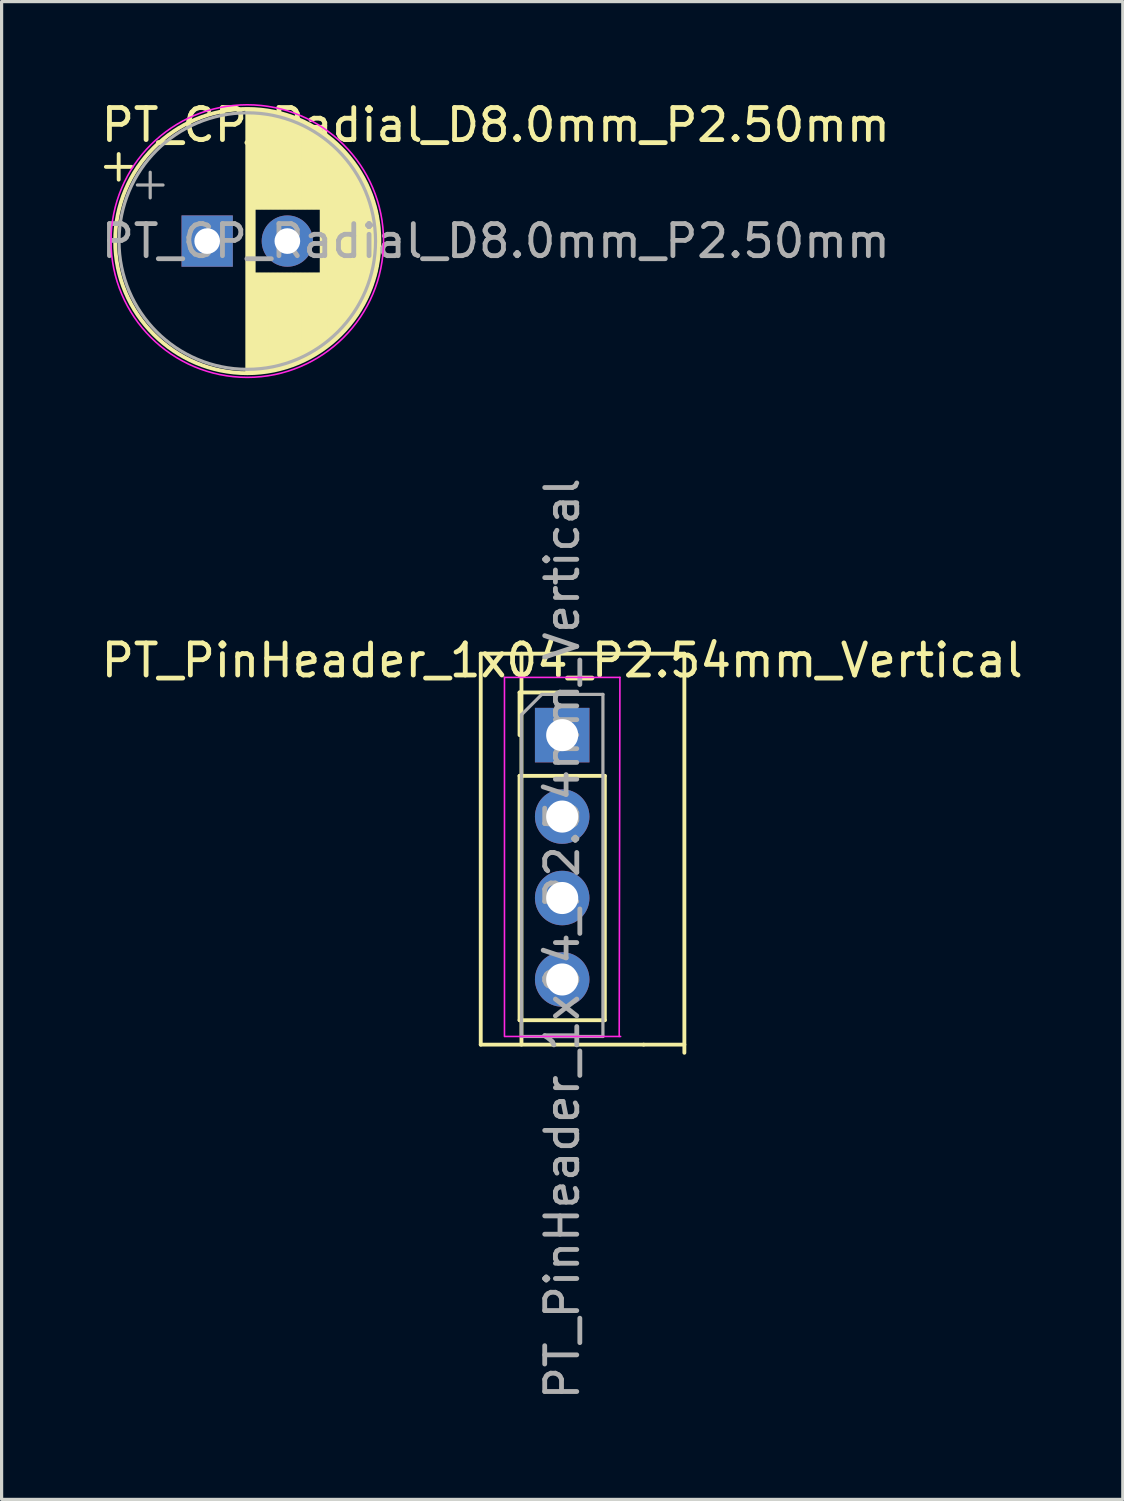
<source format=kicad_pcb>
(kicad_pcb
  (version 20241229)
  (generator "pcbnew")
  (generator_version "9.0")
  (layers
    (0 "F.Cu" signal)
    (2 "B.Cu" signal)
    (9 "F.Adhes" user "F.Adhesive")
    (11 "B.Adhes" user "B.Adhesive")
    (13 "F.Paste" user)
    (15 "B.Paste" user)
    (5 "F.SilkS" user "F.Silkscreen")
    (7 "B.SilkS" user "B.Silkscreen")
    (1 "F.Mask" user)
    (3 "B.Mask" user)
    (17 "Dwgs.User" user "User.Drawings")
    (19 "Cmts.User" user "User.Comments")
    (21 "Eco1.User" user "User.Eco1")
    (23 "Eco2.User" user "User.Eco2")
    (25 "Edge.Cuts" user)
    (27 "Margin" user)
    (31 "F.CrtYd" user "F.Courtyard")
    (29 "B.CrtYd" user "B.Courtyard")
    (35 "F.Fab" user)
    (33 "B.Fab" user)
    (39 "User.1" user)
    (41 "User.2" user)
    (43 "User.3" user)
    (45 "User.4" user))
  (footprint "PT_PinHeader_1x04_P2.54mm_Vertical"
    (layer "F.Cu")
    (at 14.482 19.875)
    (property "Reference" "PT_PinHeader_1x04_P2.54mm_Vertical" (at 0 -2.33 0) (layer "F.SilkS") (effects (font (size 1 1) (thickness 0.15))))
    (attr through_hole)
    (fp_line (start -2.54 -2.54) (end -2.54 9.652) (stroke (width 0.12) (type solid)) (layer "F.SilkS"))
    (fp_line (start -2.54 9.652) (end 2.54 9.652) (stroke (width 0.12) (type solid)) (layer "F.SilkS"))
    (fp_line (start -1.33 -1.33) (end 0 -1.33) (stroke (width 0.12) (type solid)) (layer "F.SilkS"))
    (fp_line (start -1.33 0) (end -1.33 -1.33) (stroke (width 0.12) (type solid)) (layer "F.SilkS"))
    (fp_line (start -1.33 1.27) (end -1.33 8.89) (stroke (width 0.12) (type solid)) (layer "F.SilkS"))
    (fp_line (start -1.33 1.27) (end 1.33 1.27) (stroke (width 0.12) (type solid)) (layer "F.SilkS"))
    (fp_line (start -1.33 8.89) (end 1.33 8.89) (stroke (width 0.12) (type solid)) (layer "F.SilkS"))
    (fp_line (start -1.27 -2.54) (end -1.27 9.652) (stroke (width 0.12) (type solid)) (layer "F.SilkS"))
    (fp_line (start 1.33 1.27) (end 1.33 8.89) (stroke (width 0.12) (type solid)) (layer "F.SilkS"))
    (fp_line (start 2.54 -2.54) (end -2.54 -2.54) (stroke (width 0.12) (type solid)) (layer "F.SilkS"))
    (fp_line (start 2.54 -2.54) (end 3.81 -2.54) (stroke (width 0.12) (type solid)) (layer "F.SilkS"))
    (fp_line (start 3.81 -2.54) (end 3.81 9.906) (stroke (width 0.12) (type solid)) (layer "F.SilkS"))
    (fp_line (start 3.81 9.652) (end 2.54 9.652) (stroke (width 0.12) (type solid)) (layer "F.SilkS"))
    (fp_line (start -1.8 -1.8) (end -1.8 9.398) (stroke (width 0.05) (type solid)) (layer "F.CrtYd"))
    (fp_line (start -1.778 9.398) (end 1.822 9.398) (stroke (width 0.05) (type solid)) (layer "F.CrtYd"))
    (fp_line (start 1.778 9.398) (end 1.8 -1.8) (stroke (width 0.05) (type solid)) (layer "F.CrtYd"))
    (fp_line (start 1.8 -1.8) (end -1.8 -1.8) (stroke (width 0.05) (type solid)) (layer "F.CrtYd"))
    (fp_line (start -1.27 -0.635) (end -0.635 -1.27) (stroke (width 0.1) (type solid)) (layer "F.Fab"))
    (fp_line (start -1.27 9.398) (end -1.27 -0.635) (stroke (width 0.1) (type solid)) (layer "F.Fab"))
    (fp_line (start -0.635 -1.27) (end 1.27 -1.27) (stroke (width 0.1) (type solid)) (layer "F.Fab"))
    (fp_line (start 1.27 -1.27) (end 1.27 9.398) (stroke (width 0.1) (type solid)) (layer "F.Fab"))
    (fp_line (start 1.27 9.398) (end -1.27 9.398) (stroke (width 0.1) (type solid)) (layer "F.Fab"))
    (fp_text user "${REFERENCE}" (at 0 6.35 270) (layer "F.Fab") (effects (font (size 1 1) (thickness 0.15))))
    (pad "1" thru_hole rect (at 0 0) (size 1.7 1.7) (drill 1) (layers "*.Cu" "*.Mask"))
    (pad "2" thru_hole oval (at 0 2.54) (size 1.7 1.7) (drill 1) (layers "*.Cu" "*.Mask"))
    (pad "3" thru_hole oval (at 0 5.08) (size 1.7 1.7) (drill 1) (layers "*.Cu" "*.Mask"))
    (pad "4" thru_hole oval (at 0 7.62) (size 1.7 1.7) (drill 1) (layers "*.Cu" "*.Mask")))
  (footprint "PT_CP_Radial_D8.0mm_P2.50mm"
    (layer "F.Cu")
    (at 3.411 4.468)
    (property "Reference" "PT_CP_Radial_D8.0mm_P2.50mm" (at 9 -3.62 0) (layer "F.SilkS") (effects (font (size 1 1) (thickness 0.15))))
    (attr through_hole)
    (fp_line (start -3.16 -2.315) (end -2.36 -2.315) (stroke (width 0.12) (type solid)) (layer "F.SilkS"))
    (fp_line (start -2.76 -2.715) (end -2.76 -1.915) (stroke (width 0.12) (type solid)) (layer "F.SilkS"))
    (fp_line (start 1.25 -4.08) (end 1.25 4.08) (stroke (width 0.12) (type solid)) (layer "F.SilkS"))
    (fp_line (start 1.29 -4.08) (end 1.29 4.08) (stroke (width 0.12) (type solid)) (layer "F.SilkS"))
    (fp_line (start 1.33 -4.08) (end 1.33 4.08) (stroke (width 0.12) (type solid)) (layer "F.SilkS"))
    (fp_line (start 1.37 -4.079) (end 1.37 4.079) (stroke (width 0.12) (type solid)) (layer "F.SilkS"))
    (fp_line (start 1.41 -4.077) (end 1.41 4.077) (stroke (width 0.12) (type solid)) (layer "F.SilkS"))
    (fp_line (start 1.45 -4.076) (end 1.45 4.076) (stroke (width 0.12) (type solid)) (layer "F.SilkS"))
    (fp_line (start 1.49 -4.074) (end 1.49 -1.04) (stroke (width 0.12) (type solid)) (layer "F.SilkS"))
    (fp_line (start 1.49 1.04) (end 1.49 4.074) (stroke (width 0.12) (type solid)) (layer "F.SilkS"))
    (fp_line (start 1.53 -4.071) (end 1.53 -1.04) (stroke (width 0.12) (type solid)) (layer "F.SilkS"))
    (fp_line (start 1.53 1.04) (end 1.53 4.071) (stroke (width 0.12) (type solid)) (layer "F.SilkS"))
    (fp_line (start 1.57 -4.068) (end 1.57 -1.04) (stroke (width 0.12) (type solid)) (layer "F.SilkS"))
    (fp_line (start 1.57 1.04) (end 1.57 4.068) (stroke (width 0.12) (type solid)) (layer "F.SilkS"))
    (fp_line (start 1.61 -4.065) (end 1.61 -1.04) (stroke (width 0.12) (type solid)) (layer "F.SilkS"))
    (fp_line (start 1.61 1.04) (end 1.61 4.065) (stroke (width 0.12) (type solid)) (layer "F.SilkS"))
    (fp_line (start 1.65 -4.061) (end 1.65 -1.04) (stroke (width 0.12) (type solid)) (layer "F.SilkS"))
    (fp_line (start 1.65 1.04) (end 1.65 4.061) (stroke (width 0.12) (type solid)) (layer "F.SilkS"))
    (fp_line (start 1.69 -4.057) (end 1.69 -1.04) (stroke (width 0.12) (type solid)) (layer "F.SilkS"))
    (fp_line (start 1.69 1.04) (end 1.69 4.057) (stroke (width 0.12) (type solid)) (layer "F.SilkS"))
    (fp_line (start 1.73 -4.052) (end 1.73 -1.04) (stroke (width 0.12) (type solid)) (layer "F.SilkS"))
    (fp_line (start 1.73 1.04) (end 1.73 4.052) (stroke (width 0.12) (type solid)) (layer "F.SilkS"))
    (fp_line (start 1.77 -4.048) (end 1.77 -1.04) (stroke (width 0.12) (type solid)) (layer "F.SilkS"))
    (fp_line (start 1.77 1.04) (end 1.77 4.048) (stroke (width 0.12) (type solid)) (layer "F.SilkS"))
    (fp_line (start 1.81 -4.042) (end 1.81 -1.04) (stroke (width 0.12) (type solid)) (layer "F.SilkS"))
    (fp_line (start 1.81 1.04) (end 1.81 4.042) (stroke (width 0.12) (type solid)) (layer "F.SilkS"))
    (fp_line (start 1.85 -4.037) (end 1.85 -1.04) (stroke (width 0.12) (type solid)) (layer "F.SilkS"))
    (fp_line (start 1.85 1.04) (end 1.85 4.037) (stroke (width 0.12) (type solid)) (layer "F.SilkS"))
    (fp_line (start 1.89 -4.03) (end 1.89 -1.04) (stroke (width 0.12) (type solid)) (layer "F.SilkS"))
    (fp_line (start 1.89 1.04) (end 1.89 4.03) (stroke (width 0.12) (type solid)) (layer "F.SilkS"))
    (fp_line (start 1.93 -4.024) (end 1.93 -1.04) (stroke (width 0.12) (type solid)) (layer "F.SilkS"))
    (fp_line (start 1.93 1.04) (end 1.93 4.024) (stroke (width 0.12) (type solid)) (layer "F.SilkS"))
    (fp_line (start 1.971 -4.017) (end 1.971 -1.04) (stroke (width 0.12) (type solid)) (layer "F.SilkS"))
    (fp_line (start 1.971 1.04) (end 1.971 4.017) (stroke (width 0.12) (type solid)) (layer "F.SilkS"))
    (fp_line (start 2.011 -4.01) (end 2.011 -1.04) (stroke (width 0.12) (type solid)) (layer "F.SilkS"))
    (fp_line (start 2.011 1.04) (end 2.011 4.01) (stroke (width 0.12) (type solid)) (layer "F.SilkS"))
    (fp_line (start 2.051 -4.002) (end 2.051 -1.04) (stroke (width 0.12) (type solid)) (layer "F.SilkS"))
    (fp_line (start 2.051 1.04) (end 2.051 4.002) (stroke (width 0.12) (type solid)) (layer "F.SilkS"))
    (fp_line (start 2.091 -3.994) (end 2.091 -1.04) (stroke (width 0.12) (type solid)) (layer "F.SilkS"))
    (fp_line (start 2.091 1.04) (end 2.091 3.994) (stroke (width 0.12) (type solid)) (layer "F.SilkS"))
    (fp_line (start 2.131 -3.985) (end 2.131 -1.04) (stroke (width 0.12) (type solid)) (layer "F.SilkS"))
    (fp_line (start 2.131 1.04) (end 2.131 3.985) (stroke (width 0.12) (type solid)) (layer "F.SilkS"))
    (fp_line (start 2.171 -3.976) (end 2.171 -1.04) (stroke (width 0.12) (type solid)) (layer "F.SilkS"))
    (fp_line (start 2.171 1.04) (end 2.171 3.976) (stroke (width 0.12) (type solid)) (layer "F.SilkS"))
    (fp_line (start 2.211 -3.967) (end 2.211 -1.04) (stroke (width 0.12) (type solid)) (layer "F.SilkS"))
    (fp_line (start 2.211 1.04) (end 2.211 3.967) (stroke (width 0.12) (type solid)) (layer "F.SilkS"))
    (fp_line (start 2.251 -3.957) (end 2.251 -1.04) (stroke (width 0.12) (type solid)) (layer "F.SilkS"))
    (fp_line (start 2.251 1.04) (end 2.251 3.957) (stroke (width 0.12) (type solid)) (layer "F.SilkS"))
    (fp_line (start 2.291 -3.947) (end 2.291 -1.04) (stroke (width 0.12) (type solid)) (layer "F.SilkS"))
    (fp_line (start 2.291 1.04) (end 2.291 3.947) (stroke (width 0.12) (type solid)) (layer "F.SilkS"))
    (fp_line (start 2.331 -3.936) (end 2.331 -1.04) (stroke (width 0.12) (type solid)) (layer "F.SilkS"))
    (fp_line (start 2.331 1.04) (end 2.331 3.936) (stroke (width 0.12) (type solid)) (layer "F.SilkS"))
    (fp_line (start 2.371 -3.925) (end 2.371 -1.04) (stroke (width 0.12) (type solid)) (layer "F.SilkS"))
    (fp_line (start 2.371 1.04) (end 2.371 3.925) (stroke (width 0.12) (type solid)) (layer "F.SilkS"))
    (fp_line (start 2.411 -3.914) (end 2.411 -1.04) (stroke (width 0.12) (type solid)) (layer "F.SilkS"))
    (fp_line (start 2.411 1.04) (end 2.411 3.914) (stroke (width 0.12) (type solid)) (layer "F.SilkS"))
    (fp_line (start 2.451 -3.902) (end 2.451 -1.04) (stroke (width 0.12) (type solid)) (layer "F.SilkS"))
    (fp_line (start 2.451 1.04) (end 2.451 3.902) (stroke (width 0.12) (type solid)) (layer "F.SilkS"))
    (fp_line (start 2.491 -3.889) (end 2.491 -1.04) (stroke (width 0.12) (type solid)) (layer "F.SilkS"))
    (fp_line (start 2.491 1.04) (end 2.491 3.889) (stroke (width 0.12) (type solid)) (layer "F.SilkS"))
    (fp_line (start 2.531 -3.877) (end 2.531 -1.04) (stroke (width 0.12) (type solid)) (layer "F.SilkS"))
    (fp_line (start 2.531 1.04) (end 2.531 3.877) (stroke (width 0.12) (type solid)) (layer "F.SilkS"))
    (fp_line (start 2.571 -3.863) (end 2.571 -1.04) (stroke (width 0.12) (type solid)) (layer "F.SilkS"))
    (fp_line (start 2.571 1.04) (end 2.571 3.863) (stroke (width 0.12) (type solid)) (layer "F.SilkS"))
    (fp_line (start 2.611 -3.85) (end 2.611 -1.04) (stroke (width 0.12) (type solid)) (layer "F.SilkS"))
    (fp_line (start 2.611 1.04) (end 2.611 3.85) (stroke (width 0.12) (type solid)) (layer "F.SilkS"))
    (fp_line (start 2.651 -3.835) (end 2.651 -1.04) (stroke (width 0.12) (type solid)) (layer "F.SilkS"))
    (fp_line (start 2.651 1.04) (end 2.651 3.835) (stroke (width 0.12) (type solid)) (layer "F.SilkS"))
    (fp_line (start 2.691 -3.821) (end 2.691 -1.04) (stroke (width 0.12) (type solid)) (layer "F.SilkS"))
    (fp_line (start 2.691 1.04) (end 2.691 3.821) (stroke (width 0.12) (type solid)) (layer "F.SilkS"))
    (fp_line (start 2.731 -3.805) (end 2.731 -1.04) (stroke (width 0.12) (type solid)) (layer "F.SilkS"))
    (fp_line (start 2.731 1.04) (end 2.731 3.805) (stroke (width 0.12) (type solid)) (layer "F.SilkS"))
    (fp_line (start 2.771 -3.79) (end 2.771 -1.04) (stroke (width 0.12) (type solid)) (layer "F.SilkS"))
    (fp_line (start 2.771 1.04) (end 2.771 3.79) (stroke (width 0.12) (type solid)) (layer "F.SilkS"))
    (fp_line (start 2.811 -3.774) (end 2.811 -1.04) (stroke (width 0.12) (type solid)) (layer "F.SilkS"))
    (fp_line (start 2.811 1.04) (end 2.811 3.774) (stroke (width 0.12) (type solid)) (layer "F.SilkS"))
    (fp_line (start 2.851 -3.757) (end 2.851 -1.04) (stroke (width 0.12) (type solid)) (layer "F.SilkS"))
    (fp_line (start 2.851 1.04) (end 2.851 3.757) (stroke (width 0.12) (type solid)) (layer "F.SilkS"))
    (fp_line (start 2.891 -3.74) (end 2.891 -1.04) (stroke (width 0.12) (type solid)) (layer "F.SilkS"))
    (fp_line (start 2.891 1.04) (end 2.891 3.74) (stroke (width 0.12) (type solid)) (layer "F.SilkS"))
    (fp_line (start 2.931 -3.722) (end 2.931 -1.04) (stroke (width 0.12) (type solid)) (layer "F.SilkS"))
    (fp_line (start 2.931 1.04) (end 2.931 3.722) (stroke (width 0.12) (type solid)) (layer "F.SilkS"))
    (fp_line (start 2.971 -3.704) (end 2.971 -1.04) (stroke (width 0.12) (type solid)) (layer "F.SilkS"))
    (fp_line (start 2.971 1.04) (end 2.971 3.704) (stroke (width 0.12) (type solid)) (layer "F.SilkS"))
    (fp_line (start 3.011 -3.686) (end 3.011 -1.04) (stroke (width 0.12) (type solid)) (layer "F.SilkS"))
    (fp_line (start 3.011 1.04) (end 3.011 3.686) (stroke (width 0.12) (type solid)) (layer "F.SilkS"))
    (fp_line (start 3.051 -3.666) (end 3.051 -1.04) (stroke (width 0.12) (type solid)) (layer "F.SilkS"))
    (fp_line (start 3.051 1.04) (end 3.051 3.666) (stroke (width 0.12) (type solid)) (layer "F.SilkS"))
    (fp_line (start 3.091 -3.647) (end 3.091 -1.04) (stroke (width 0.12) (type solid)) (layer "F.SilkS"))
    (fp_line (start 3.091 1.04) (end 3.091 3.647) (stroke (width 0.12) (type solid)) (layer "F.SilkS"))
    (fp_line (start 3.131 -3.627) (end 3.131 -1.04) (stroke (width 0.12) (type solid)) (layer "F.SilkS"))
    (fp_line (start 3.131 1.04) (end 3.131 3.627) (stroke (width 0.12) (type solid)) (layer "F.SilkS"))
    (fp_line (start 3.171 -3.606) (end 3.171 -1.04) (stroke (width 0.12) (type solid)) (layer "F.SilkS"))
    (fp_line (start 3.171 1.04) (end 3.171 3.606) (stroke (width 0.12) (type solid)) (layer "F.SilkS"))
    (fp_line (start 3.211 -3.584) (end 3.211 -1.04) (stroke (width 0.12) (type solid)) (layer "F.SilkS"))
    (fp_line (start 3.211 1.04) (end 3.211 3.584) (stroke (width 0.12) (type solid)) (layer "F.SilkS"))
    (fp_line (start 3.251 -3.562) (end 3.251 -1.04) (stroke (width 0.12) (type solid)) (layer "F.SilkS"))
    (fp_line (start 3.251 1.04) (end 3.251 3.562) (stroke (width 0.12) (type solid)) (layer "F.SilkS"))
    (fp_line (start 3.291 -3.54) (end 3.291 -1.04) (stroke (width 0.12) (type solid)) (layer "F.SilkS"))
    (fp_line (start 3.291 1.04) (end 3.291 3.54) (stroke (width 0.12) (type solid)) (layer "F.SilkS"))
    (fp_line (start 3.331 -3.517) (end 3.331 -1.04) (stroke (width 0.12) (type solid)) (layer "F.SilkS"))
    (fp_line (start 3.331 1.04) (end 3.331 3.517) (stroke (width 0.12) (type solid)) (layer "F.SilkS"))
    (fp_line (start 3.371 -3.493) (end 3.371 -1.04) (stroke (width 0.12) (type solid)) (layer "F.SilkS"))
    (fp_line (start 3.371 1.04) (end 3.371 3.493) (stroke (width 0.12) (type solid)) (layer "F.SilkS"))
    (fp_line (start 3.411 -3.469) (end 3.411 -1.04) (stroke (width 0.12) (type solid)) (layer "F.SilkS"))
    (fp_line (start 3.411 1.04) (end 3.411 3.469) (stroke (width 0.12) (type solid)) (layer "F.SilkS"))
    (fp_line (start 3.451 -3.444) (end 3.451 -1.04) (stroke (width 0.12) (type solid)) (layer "F.SilkS"))
    (fp_line (start 3.451 1.04) (end 3.451 3.444) (stroke (width 0.12) (type solid)) (layer "F.SilkS"))
    (fp_line (start 3.491 -3.418) (end 3.491 -1.04) (stroke (width 0.12) (type solid)) (layer "F.SilkS"))
    (fp_line (start 3.491 1.04) (end 3.491 3.418) (stroke (width 0.12) (type solid)) (layer "F.SilkS"))
    (fp_line (start 3.531 -3.392) (end 3.531 -1.04) (stroke (width 0.12) (type solid)) (layer "F.SilkS"))
    (fp_line (start 3.531 1.04) (end 3.531 3.392) (stroke (width 0.12) (type solid)) (layer "F.SilkS"))
    (fp_line (start 3.571 -3.365) (end 3.571 3.365) (stroke (width 0.12) (type solid)) (layer "F.SilkS"))
    (fp_line (start 3.611 -3.338) (end 3.611 3.338) (stroke (width 0.12) (type solid)) (layer "F.SilkS"))
    (fp_line (start 3.651 -3.309) (end 3.651 3.309) (stroke (width 0.12) (type solid)) (layer "F.SilkS"))
    (fp_line (start 3.691 -3.28) (end 3.691 3.28) (stroke (width 0.12) (type solid)) (layer "F.SilkS"))
    (fp_line (start 3.731 -3.25) (end 3.731 3.25) (stroke (width 0.12) (type solid)) (layer "F.SilkS"))
    (fp_line (start 3.771 -3.22) (end 3.771 3.22) (stroke (width 0.12) (type solid)) (layer "F.SilkS"))
    (fp_line (start 3.811 -3.189) (end 3.811 3.189) (stroke (width 0.12) (type solid)) (layer "F.SilkS"))
    (fp_line (start 3.851 -3.156) (end 3.851 3.156) (stroke (width 0.12) (type solid)) (layer "F.SilkS"))
    (fp_line (start 3.891 -3.124) (end 3.891 3.124) (stroke (width 0.12) (type solid)) (layer "F.SilkS"))
    (fp_line (start 3.931 -3.09) (end 3.931 3.09) (stroke (width 0.12) (type solid)) (layer "F.SilkS"))
    (fp_line (start 3.971 -3.055) (end 3.971 3.055) (stroke (width 0.12) (type solid)) (layer "F.SilkS"))
    (fp_line (start 4.011 -3.019) (end 4.011 3.019) (stroke (width 0.12) (type solid)) (layer "F.SilkS"))
    (fp_line (start 4.051 -2.983) (end 4.051 2.983) (stroke (width 0.12) (type solid)) (layer "F.SilkS"))
    (fp_line (start 4.091 -2.945) (end 4.091 2.945) (stroke (width 0.12) (type solid)) (layer "F.SilkS"))
    (fp_line (start 4.131 -2.907) (end 4.131 2.907) (stroke (width 0.12) (type solid)) (layer "F.SilkS"))
    (fp_line (start 4.171 -2.867) (end 4.171 2.867) (stroke (width 0.12) (type solid)) (layer "F.SilkS"))
    (fp_line (start 4.211 -2.826) (end 4.211 2.826) (stroke (width 0.12) (type solid)) (layer "F.SilkS"))
    (fp_line (start 4.251 -2.784) (end 4.251 2.784) (stroke (width 0.12) (type solid)) (layer "F.SilkS"))
    (fp_line (start 4.291 -2.741) (end 4.291 2.741) (stroke (width 0.12) (type solid)) (layer "F.SilkS"))
    (fp_line (start 4.331 -2.697) (end 4.331 2.697) (stroke (width 0.12) (type solid)) (layer "F.SilkS"))
    (fp_line (start 4.371 -2.651) (end 4.371 2.651) (stroke (width 0.12) (type solid)) (layer "F.SilkS"))
    (fp_line (start 4.411 -2.604) (end 4.411 2.604) (stroke (width 0.12) (type solid)) (layer "F.SilkS"))
    (fp_line (start 4.451 -2.556) (end 4.451 2.556) (stroke (width 0.12) (type solid)) (layer "F.SilkS"))
    (fp_line (start 4.491 -2.505) (end 4.491 2.505) (stroke (width 0.12) (type solid)) (layer "F.SilkS"))
    (fp_line (start 4.531 -2.454) (end 4.531 2.454) (stroke (width 0.12) (type solid)) (layer "F.SilkS"))
    (fp_line (start 4.571 -2.4) (end 4.571 2.4) (stroke (width 0.12) (type solid)) (layer "F.SilkS"))
    (fp_line (start 4.611 -2.345) (end 4.611 2.345) (stroke (width 0.12) (type solid)) (layer "F.SilkS"))
    (fp_line (start 4.651 -2.287) (end 4.651 2.287) (stroke (width 0.12) (type solid)) (layer "F.SilkS"))
    (fp_line (start 4.691 -2.228) (end 4.691 2.228) (stroke (width 0.12) (type solid)) (layer "F.SilkS"))
    (fp_line (start 4.731 -2.166) (end 4.731 2.166) (stroke (width 0.12) (type solid)) (layer "F.SilkS"))
    (fp_line (start 4.771 -2.102) (end 4.771 2.102) (stroke (width 0.12) (type solid)) (layer "F.SilkS"))
    (fp_line (start 4.811 -2.034) (end 4.811 2.034) (stroke (width 0.12) (type solid)) (layer "F.SilkS"))
    (fp_line (start 4.851 -1.964) (end 4.851 1.964) (stroke (width 0.12) (type solid)) (layer "F.SilkS"))
    (fp_line (start 4.891 -1.89) (end 4.891 1.89) (stroke (width 0.12) (type solid)) (layer "F.SilkS"))
    (fp_line (start 4.931 -1.813) (end 4.931 1.813) (stroke (width 0.12) (type solid)) (layer "F.SilkS"))
    (fp_line (start 4.971 -1.731) (end 4.971 1.731) (stroke (width 0.12) (type solid)) (layer "F.SilkS"))
    (fp_line (start 5.011 -1.645) (end 5.011 1.645) (stroke (width 0.12) (type solid)) (layer "F.SilkS"))
    (fp_line (start 5.051 -1.552) (end 5.051 1.552) (stroke (width 0.12) (type solid)) (layer "F.SilkS"))
    (fp_line (start 5.091 -1.453) (end 5.091 1.453) (stroke (width 0.12) (type solid)) (layer "F.SilkS"))
    (fp_line (start 5.131 -1.346) (end 5.131 1.346) (stroke (width 0.12) (type solid)) (layer "F.SilkS"))
    (fp_line (start 5.171 -1.229) (end 5.171 1.229) (stroke (width 0.12) (type solid)) (layer "F.SilkS"))
    (fp_line (start 5.211 -1.098) (end 5.211 1.098) (stroke (width 0.12) (type solid)) (layer "F.SilkS"))
    (fp_line (start 5.251 -0.948) (end 5.251 0.948) (stroke (width 0.12) (type solid)) (layer "F.SilkS"))
    (fp_line (start 5.291 -0.768) (end 5.291 0.768) (stroke (width 0.12) (type solid)) (layer "F.SilkS"))
    (fp_line (start 5.331 -0.533) (end 5.331 0.533) (stroke (width 0.12) (type solid)) (layer "F.SilkS"))
    (fp_circle (center 1.25 0) (end 5.37 0) (stroke (width 0.12) (type solid)) (fill no) (layer "F.SilkS"))
    (fp_circle (center 1.25 0) (end 5.5 0) (stroke (width 0.05) (type solid)) (fill no) (layer "F.CrtYd"))
    (fp_line (start -2.177 -1.748) (end -1.377 -1.748) (stroke (width 0.1) (type solid)) (layer "F.Fab"))
    (fp_line (start -1.777 -2.147) (end -1.777 -1.347) (stroke (width 0.1) (type solid)) (layer "F.Fab"))
    (fp_circle (center 1.25 0) (end 5.25 0) (stroke (width 0.1) (type solid)) (fill no) (layer "F.Fab"))
    (fp_text user "${REFERENCE}" (at 9 0 0) (layer "F.Fab") (effects (font (size 1 1) (thickness 0.15))))
    (pad "1" thru_hole rect (at 0 0) (size 1.6 1.6) (drill 0.8) (layers "*.Cu" "*.Mask"))
    (pad "2" thru_hole circle (at 2.5 0) (size 1.6 1.6) (drill 0.8) (layers "*.Cu" "*.Mask")))
  (gr_rect
    (start -3 -3)
    (end 31.964 43.708)
    (stroke (width 0.1) (type default))
    (fill no)
    (layer "Edge.Cuts")))
</source>
